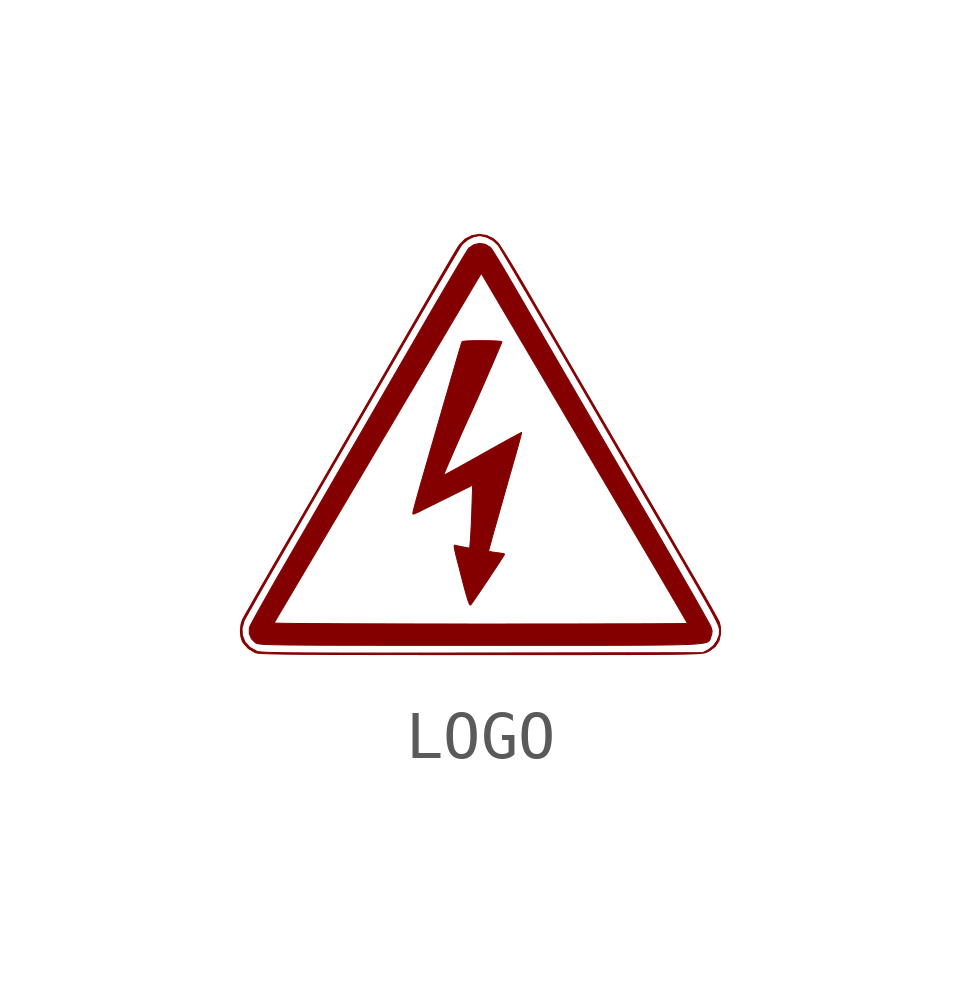
<source format=kicad_sym>
(kicad_symbol_lib
  (version 20220914)
  (generator "bitmap2component")
  (generator_version "8.0")
  (symbol "LOGO"
    (pin_names
      (offset 1.016))
    (property "Reference" "#G"
      (at 0 3.756 0)
      (effects (font (size 1.27 1.27)) hide))
    (symbol "LOGO_0_0"
      (polyline (pts (xy 1.794 -4.389) (xy 2.218 -4.389) (xy 2.597 -4.388) (xy 2.935 -4.388) (xy 3.233 -4.387) (xy 3.495 -4.386) (xy 3.722 -4.385) (xy 3.917 -4.383) (xy 4.084 -4.381) (xy 4.224 -4.379) (xy 4.34 -4.376) (xy 4.434 -4.373) (xy 4.51 -4.37) (xy 4.569 -4.366) (xy 4.615 -4.361) (xy 4.649 -4.356) (xy 4.675 -4.351) (xy 4.694 -4.345) (xy 4.71 -4.338) (xy 4.762 -4.312) (xy 4.886 -4.22) (xy 4.963 -4.105) (xy 4.996 -3.961) (xy 4.998 -3.936) (xy 4.994 -3.813) (xy 4.972 -3.717) (xy 4.959 -3.689) (xy 4.919 -3.614) (xy 4.857 -3.502) (xy 4.776 -3.358) (xy 4.681 -3.191) (xy 4.574 -3.005) (xy 4.459 -2.807) (xy 4.38 -2.671) (xy 4.116 -2.217) (xy 3.878 -1.806) (xy 3.662 -1.435) (xy 3.468 -1.101) (xy 3.292 -0.799) (xy 3.134 -0.527) (xy 2.99 -0.28) (xy 2.86 -0.056) (xy 2.74 0.15) (xy 2.629 0.342) (xy 2.524 0.522) (xy 2.424 0.694) (xy 2.326 0.862) (xy 2.229 1.029) (xy 2.13 1.199) (xy 2.027 1.376) (xy 2.009 1.406) (xy 1.854 1.674) (xy 1.687 1.96) (xy 1.517 2.253) (xy 1.348 2.542) (xy 1.188 2.817) (xy 1.044 3.065) (xy 0.921 3.277) (xy 0.842 3.412) (xy 0.728 3.603) (xy 0.623 3.779) (xy 0.529 3.931) (xy 0.451 4.055) (xy 0.393 4.143) (xy 0.358 4.19) (xy 0.263 4.273) (xy 0.121 4.34) (xy -0.03 4.36) (xy -0.18 4.335) (xy -0.318 4.265) (xy -0.433 4.15) (xy -0.436 4.146) (xy -0.444 4.134) (xy -0.453 4.122) (xy -0.464 4.106) (xy -0.477 4.086) (xy -0.494 4.058) (xy -0.516 4.021) (xy -0.545 3.973) (xy -0.582 3.911) (xy -0.628 3.833) (xy -0.684 3.737) (xy -0.751 3.621) (xy -0.832 3.483) (xy -0.926 3.32) (xy -1.036 3.131) (xy -1.162 2.913) (xy -1.306 2.663) (xy -1.469 2.381) (xy -1.653 2.064) (xy -1.857 1.71) (xy -2.085 1.316) (xy -2.337 0.88) (xy -2.614 0.401) (xy -2.918 -0.125) (xy -2.918 -0.126) (xy -3.076 -0.399) (xy -3.229 -0.664) (xy -3.375 -0.916) (xy -3.51 -1.15) (xy -3.633 -1.361) (xy -3.739 -1.544) (xy -3.826 -1.695) (xy -3.891 -1.807) (xy -3.932 -1.876) (xy -3.938 -1.886) (xy -4.01 -2.01) (xy -4.098 -2.161) (xy -4.197 -2.333) (xy -4.304 -2.517) (xy -4.414 -2.709) (xy -4.524 -2.9) (xy -4.63 -3.084) (xy -4.727 -3.255) (xy -4.812 -3.404) (xy -4.882 -3.526) (xy -4.931 -3.614) (xy -4.956 -3.66) (xy -4.988 -3.759) (xy -4.996 -3.84) (xy -4.968 -3.84) (xy -4.923 -3.682) (xy -4.918 -3.672) (xy -4.886 -3.613) (xy -4.829 -3.512) (xy -4.75 -3.373) (xy -4.652 -3.2) (xy -4.537 -2.998) (xy -4.407 -2.772) (xy -4.265 -2.525) (xy -4.113 -2.262) (xy -3.954 -1.987) (xy -3.917 -1.923) (xy -3.75 -1.634) (xy -3.561 -1.306) (xy -3.353 -0.948) (xy -3.131 -0.565) (xy -2.9 -0.165) (xy -2.664 0.243) (xy -2.426 0.654) (xy -2.193 1.058) (xy -1.966 1.45) (xy -1.752 1.82) (xy -1.73 1.858) (xy -1.543 2.182) (xy -1.362 2.493) (xy -1.191 2.788) (xy -1.031 3.063) (xy -0.884 3.314) (xy -0.753 3.539) (xy -0.639 3.733) (xy -0.544 3.893) (xy -0.471 4.016) (xy -0.422 4.097) (xy -0.398 4.134) (xy -0.371 4.167) (xy -0.265 4.253) (xy -0.142 4.313) (xy -0.022 4.335) (xy 0.002 4.334) (xy 0.136 4.301) (xy 0.265 4.232) (xy 0.364 4.138) (xy 0.386 4.105) (xy 0.434 4.026) (xy 0.506 3.905) (xy 0.6 3.748) (xy 0.713 3.556) (xy 0.843 3.334) (xy 0.989 3.086) (xy 1.148 2.814) (xy 1.318 2.524) (xy 1.498 2.217) (xy 1.683 1.899) (xy 1.874 1.571) (xy 2.067 1.239) (xy 2.26 0.906) (xy 2.452 0.575) (xy 2.64 0.25) (xy 2.68 0.181) (xy 2.756 0.051) (xy 2.851 -0.114) (xy 2.962 -0.304) (xy 3.082 -0.511) (xy 3.208 -0.728) (xy 3.334 -0.945) (xy 3.478 -1.192) (xy 3.712 -1.593) (xy 3.92 -1.95) (xy 4.103 -2.266) (xy 4.264 -2.543) (xy 4.404 -2.785) (xy 4.525 -2.994) (xy 4.627 -3.173) (xy 4.712 -3.323) (xy 4.783 -3.449) (xy 4.839 -3.553) (xy 4.883 -3.637) (xy 4.917 -3.704) (xy 4.941 -3.757) (xy 4.957 -3.799) (xy 4.967 -3.832) (xy 4.973 -3.858) (xy 4.974 -3.882) (xy 4.974 -3.905) (xy 4.974 -3.929) (xy 4.968 -3.986) (xy 4.921 -4.105) (xy 4.841 -4.213) (xy 4.738 -4.291) (xy 4.627 -4.349) (xy 0.042 -4.355) (xy -0.08 -4.355) (xy -0.674 -4.356) (xy -1.216 -4.356) (xy -1.707 -4.356) (xy -2.151 -4.357) (xy -2.548 -4.356) (xy -2.903 -4.356) (xy -3.216 -4.355) (xy -3.491 -4.354) (xy -3.731 -4.353) (xy -3.936 -4.351) (xy -4.11 -4.349) (xy -4.255 -4.346) (xy -4.373 -4.343) (xy -4.468 -4.34) (xy -4.54 -4.336) (xy -4.593 -4.332) (xy -4.629 -4.328) (xy -4.651 -4.323) (xy -4.662 -4.318) (xy -4.804 -4.238) (xy -4.905 -4.126) (xy -4.96 -3.99) (xy -4.968 -3.84) (xy -4.996 -3.84) (xy -5.001 -3.885) (xy -4.992 -4.009) (xy -4.963 -4.107) (xy -4.944 -4.14) (xy -4.839 -4.259) (xy -4.696 -4.346) (xy -4.691 -4.349) (xy -4.67 -4.354) (xy -4.637 -4.359) (xy -4.592 -4.363) (xy -4.53 -4.367) (xy -4.45 -4.371) (xy -4.348 -4.374) (xy -4.224 -4.376) (xy -4.073 -4.379) (xy -3.894 -4.381) (xy -3.685 -4.383) (xy -3.442 -4.384) (xy -3.163 -4.386) (xy -2.845 -4.386) (xy -2.487 -4.387) (xy -2.086 -4.388) (xy -1.639 -4.388) (xy -1.144 -4.389) (xy -0.599 -4.389) (xy 0 -4.389) (xy 0.231 -4.389) (xy 0.803 -4.389) (xy 1.323 -4.389) (xy 1.794 -4.389)) (stroke (width 0.01) (type default)) (fill (type outline)))
      (polyline (pts (xy 2.217 -4.196) (xy 2.608 -4.196) (xy 2.957 -4.195) (xy 3.265 -4.194) (xy 3.536 -4.192) (xy 3.772 -4.19) (xy 3.976 -4.187) (xy 4.149 -4.183) (xy 4.295 -4.178) (xy 4.416 -4.172) (xy 4.514 -4.165) (xy 4.592 -4.157) (xy 4.652 -4.148) (xy 4.697 -4.137) (xy 4.73 -4.125) (xy 4.752 -4.111) (xy 4.766 -4.095) (xy 4.776 -4.078) (xy 4.782 -4.059) (xy 4.788 -4.038) (xy 4.796 -4.014) (xy 4.814 -3.964) (xy 4.821 -3.897) (xy 4.799 -3.815) (xy 4.795 -3.805) (xy 4.765 -3.748) (xy 4.71 -3.648) (xy 4.632 -3.508) (xy 4.532 -3.332) (xy 4.414 -3.123) (xy 4.277 -2.885) (xy 4.126 -2.621) (xy 3.961 -2.335) (xy 3.784 -2.029) (xy 3.598 -1.708) (xy 3.405 -1.376) (xy 3.349 -1.281) (xy 3.154 -0.944) (xy 2.963 -0.616) (xy 2.78 -0.301) (xy 2.607 -0.004) (xy 2.446 0.273) (xy 2.3 0.525) (xy 2.17 0.749) (xy 2.059 0.939) (xy 1.969 1.094) (xy 1.903 1.208) (xy 1.862 1.278) (xy 1.858 1.286) (xy 1.783 1.414) (xy 1.689 1.576) (xy 1.584 1.758) (xy 1.475 1.946) (xy 1.37 2.126) (xy 1.309 2.232) (xy 1.193 2.431) (xy 1.062 2.655) (xy 0.926 2.89) (xy 0.792 3.121) (xy 0.668 3.335) (xy 0.656 3.355) (xy 0.552 3.533) (xy 0.454 3.698) (xy 0.367 3.841) (xy 0.296 3.957) (xy 0.243 4.039) (xy 0.214 4.079) (xy 0.202 4.091) (xy 0.1 4.154) (xy -0.019 4.173) (xy -0.137 4.148) (xy -0.241 4.078) (xy -0.266 4.044) (xy -0.316 3.965) (xy -0.388 3.847) (xy -0.48 3.694) (xy -0.589 3.51) (xy -0.713 3.3) (xy -0.849 3.068) (xy -0.995 2.819) (xy -1.147 2.557) (xy -1.157 2.54) (xy -1.342 2.219) (xy -1.546 1.867) (xy -1.761 1.496) (xy -1.981 1.116) (xy -2.199 0.738) (xy -2.409 0.375) (xy -2.604 0.037) (xy -2.779 -0.264) (xy -2.942 -0.546) (xy -3.126 -0.864) (xy -3.317 -1.195) (xy -3.509 -1.528) (xy -3.697 -1.853) (xy -3.875 -2.16) (xy -4.037 -2.44) (xy -4.177 -2.681) (xy -4.26 -2.825) (xy -4.383 -3.041) (xy -4.497 -3.242) (xy -4.598 -3.421) (xy -4.683 -3.574) (xy -4.749 -3.695) (xy -4.768 -3.731) (xy -4.299 -3.731) (xy -4.284 -3.706) (xy -4.243 -3.636) (xy -4.176 -3.523) (xy -4.087 -3.373) (xy -3.977 -3.187) (xy -3.848 -2.969) (xy -3.702 -2.722) (xy -3.541 -2.45) (xy -3.367 -2.156) (xy -3.182 -1.843) (xy -2.987 -1.514) (xy -2.785 -1.172) (xy -2.577 -0.822) (xy -2.366 -0.466) (xy -2.154 -0.107) (xy -1.941 0.251) (xy -1.731 0.606) (xy -1.526 0.953) (xy -1.326 1.289) (xy -1.135 1.612) (xy -0.954 1.918) (xy -0.784 2.204) (xy -0.629 2.466) (xy -0.489 2.702) (xy -0.367 2.907) (xy -0.265 3.079) (xy -0.185 3.215) (xy -0.128 3.311) (xy 0.015 3.55) (xy 0.18 3.269) (xy 0.245 3.158) (xy 0.333 3.009) (xy 0.433 2.839) (xy 0.539 2.66) (xy 0.641 2.487) (xy 0.642 2.486) (xy 0.717 2.359) (xy 0.815 2.192) (xy 0.934 1.992) (xy 1.067 1.765) (xy 1.213 1.519) (xy 1.365 1.26) (xy 1.52 0.997) (xy 1.674 0.737) (xy 1.772 0.569) (xy 1.942 0.282) (xy 2.13 -0.037) (xy 2.332 -0.38) (xy 2.543 -0.738) (xy 2.756 -1.099) (xy 2.967 -1.457) (xy 3.17 -1.8) (xy 3.359 -2.121) (xy 3.443 -2.263) (xy 3.6 -2.529) (xy 3.747 -2.779) (xy 3.882 -3.009) (xy 4.002 -3.214) (xy 4.106 -3.391) (xy 4.191 -3.536) (xy 4.254 -3.646) (xy 4.294 -3.715) (xy 4.308 -3.74) (xy 4.301 -3.741) (xy 4.249 -3.742) (xy 4.146 -3.743) (xy 3.994 -3.744) (xy 3.797 -3.745) (xy 3.558 -3.747) (xy 3.28 -3.748) (xy 2.965 -3.748) (xy 2.617 -3.749) (xy 2.239 -3.75) (xy 1.833 -3.751) (xy 1.404 -3.751) (xy 0.953 -3.751) (xy 0.483 -3.752) (xy -0.002 -3.752) (xy -0.232 -3.752) (xy -0.71 -3.751) (xy -1.171 -3.751) (xy -1.611 -3.75) (xy -2.03 -3.749) (xy -2.422 -3.748) (xy -2.785 -3.747) (xy -3.117 -3.745) (xy -3.414 -3.743) (xy -3.673 -3.742) (xy -3.891 -3.74) (xy -4.066 -3.738) (xy -4.194 -3.735) (xy -4.273 -3.733) (xy -4.299 -3.731) (xy -4.768 -3.731) (xy -4.793 -3.779) (xy -4.811 -3.82) (xy -4.815 -3.835) (xy -4.816 -3.953) (xy -4.771 -4.061) (xy -4.687 -4.143) (xy -4.678 -4.148) (xy -4.664 -4.154) (xy -4.645 -4.16) (xy -4.619 -4.165) (xy -4.583 -4.17) (xy -4.534 -4.174) (xy -4.471 -4.178) (xy -4.39 -4.181) (xy -4.29 -4.184) (xy -4.167 -4.186) (xy -4.018 -4.189) (xy -3.842 -4.19) (xy -3.636 -4.192) (xy -3.398 -4.193) (xy -3.124 -4.194) (xy -2.812 -4.195) (xy -2.46 -4.195) (xy -2.065 -4.196) (xy -1.625 -4.196) (xy -1.136 -4.196) (xy -0.597 -4.196) (xy -0.005 -4.196) (xy 0.179 -4.196) (xy 0.765 -4.196) (xy 1.298 -4.196) (xy 1.781 -4.196) (xy 2.217 -4.196)) (stroke (width 0.01) (type default)) (fill (type outline)))
      (polyline (pts (xy -0.202 -3.35) (xy -0.169 -3.306) (xy -0.114 -3.227) (xy -0.043 -3.122) (xy 0.041 -2.998) (xy 0.131 -2.865) (xy 0.221 -2.729) (xy 0.307 -2.599) (xy 0.384 -2.483) (xy 0.445 -2.389) (xy 0.485 -2.324) (xy 0.5 -2.298) (xy 0.482 -2.289) (xy 0.421 -2.277) (xy 0.334 -2.265) (xy 0.257 -2.255) (xy 0.192 -2.242) (xy 0.167 -2.232) (xy 0.167 -2.23) (xy 0.177 -2.191) (xy 0.201 -2.105) (xy 0.235 -1.98) (xy 0.279 -1.821) (xy 0.332 -1.636) (xy 0.39 -1.43) (xy 0.452 -1.209) (xy 0.517 -0.98) (xy 0.582 -0.75) (xy 0.647 -0.524) (xy 0.708 -0.309) (xy 0.719 -0.273) (xy 0.764 -0.112) (xy 0.802 0.027) (xy 0.832 0.137) (xy 0.85 0.21) (xy 0.855 0.237) (xy 0.843 0.232) (xy 0.787 0.203) (xy 0.693 0.152) (xy 0.565 0.083) (xy 0.41 -0.003) (xy 0.234 -0.101) (xy 0.042 -0.209) (xy -0.094 -0.285) (xy -0.276 -0.387) (xy -0.438 -0.477) (xy -0.574 -0.551) (xy -0.678 -0.608) (xy -0.746 -0.644) (xy -0.771 -0.656) (xy -0.771 -0.655) (xy -0.758 -0.621) (xy -0.727 -0.547) (xy -0.681 -0.439) (xy -0.624 -0.308) (xy -0.56 -0.16) (xy -0.492 -0.005) (xy -0.424 0.15) (xy -0.359 0.296) (xy -0.301 0.425) (xy -0.255 0.528) (xy -0.222 0.598) (xy -0.217 0.608) (xy -0.179 0.691) (xy -0.127 0.807) (xy -0.063 0.949) (xy 0.008 1.109) (xy 0.083 1.28) (xy 0.159 1.454) (xy 0.232 1.622) (xy 0.3 1.779) (xy 0.358 1.915) (xy 0.404 2.023) (xy 0.434 2.096) (xy 0.445 2.125) (xy 0.443 2.128) (xy 0.403 2.136) (xy 0.324 2.142) (xy 0.215 2.146) (xy 0.089 2.148) (xy -0.041 2.149) (xy -0.166 2.147) (xy -0.271 2.143) (xy -0.347 2.137) (xy -0.381 2.129) (xy -0.382 2.128) (xy -0.385 2.123) (xy -0.39 2.114) (xy -0.397 2.095) (xy -0.407 2.064) (xy -0.421 2.017) (xy -0.442 1.95) (xy -0.468 1.86) (xy -0.503 1.742) (xy -0.546 1.592) (xy -0.6 1.408) (xy -0.664 1.186) (xy -0.741 0.921) (xy -0.831 0.611) (xy -0.935 0.25) (xy -0.957 0.173) (xy -1.054 -0.161) (xy -1.136 -0.447) (xy -1.206 -0.688) (xy -1.263 -0.888) (xy -1.309 -1.051) (xy -1.345 -1.18) (xy -1.372 -1.279) (xy -1.391 -1.352) (xy -1.403 -1.404) (xy -1.409 -1.437) (xy -1.411 -1.455) (xy -1.409 -1.463) (xy -1.381 -1.458) (xy -1.318 -1.432) (xy -1.233 -1.391) (xy -1.178 -1.363) (xy -1.069 -1.308) (xy -0.931 -1.24) (xy -0.776 -1.163) (xy -0.617 -1.084) (xy -0.165 -0.86) (xy -0.181 -1.34) (xy -0.184 -1.449) (xy -0.191 -1.621) (xy -0.199 -1.778) (xy -0.206 -1.908) (xy -0.212 -1.996) (xy -0.227 -2.173) (xy -0.329 -2.154) (xy -0.335 -2.153) (xy -0.423 -2.136) (xy -0.497 -2.12) (xy -0.513 -2.116) (xy -0.531 -2.111) (xy -0.544 -2.113) (xy -0.55 -2.127) (xy -0.548 -2.161) (xy -0.537 -2.219) (xy -0.517 -2.307) (xy -0.485 -2.432) (xy -0.442 -2.599) (xy -0.387 -2.814) (xy -0.339 -2.997) (xy -0.297 -3.149) (xy -0.264 -3.257) (xy -0.239 -3.324) (xy -0.22 -3.355) (xy -0.206 -3.356) (xy -0.202 -3.35)) (stroke (width 0.01) (type default)) (fill (type outline))))))
</source>
